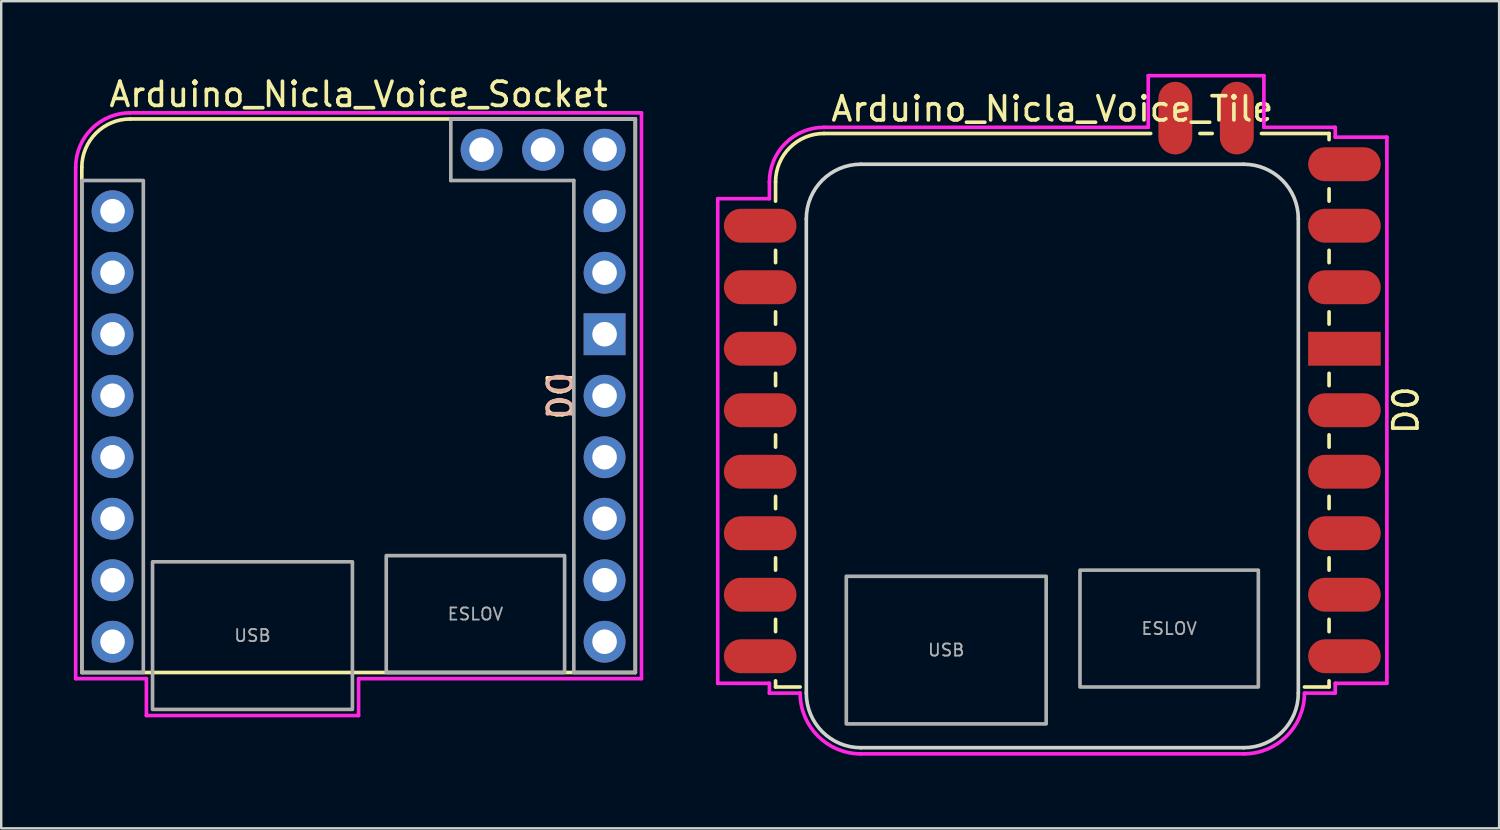
<source format=kicad_pcb>
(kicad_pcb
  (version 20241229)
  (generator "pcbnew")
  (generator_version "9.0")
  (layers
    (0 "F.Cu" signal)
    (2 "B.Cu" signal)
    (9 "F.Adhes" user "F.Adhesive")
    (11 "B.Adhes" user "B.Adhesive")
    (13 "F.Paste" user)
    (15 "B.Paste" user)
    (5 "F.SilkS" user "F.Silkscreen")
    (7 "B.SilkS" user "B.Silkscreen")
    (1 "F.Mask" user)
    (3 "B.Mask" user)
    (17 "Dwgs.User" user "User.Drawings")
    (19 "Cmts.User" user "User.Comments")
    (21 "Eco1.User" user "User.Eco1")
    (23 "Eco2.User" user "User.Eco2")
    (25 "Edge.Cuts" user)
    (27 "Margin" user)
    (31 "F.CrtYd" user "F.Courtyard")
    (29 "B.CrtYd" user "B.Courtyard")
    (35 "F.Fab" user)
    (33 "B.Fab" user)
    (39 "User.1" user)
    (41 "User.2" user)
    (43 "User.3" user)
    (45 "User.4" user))
  (footprint "Arduino_Nicla_Voice_Socket"
    (layer "F.Cu")
    (at 0.329 1.864)
    (property "Reference" "Arduino_Nicla_Voice_Socket" (at 11.43 -1.016 0) (unlocked yes) (layer "F.SilkS") (effects (font (size 1 1) (thickness 0.15))))
    (attr through_hole)
    (fp_line (start 0 22.86) (end 0 2) (stroke (width 0.15) (type solid)) (layer "F.SilkS"))
    (fp_line (start 0 22.86) (end 22.86 22.86) (stroke (width 0.15) (type solid)) (layer "F.SilkS"))
    (fp_line (start 2 0) (end 22.86 0) (stroke (width 0.15) (type solid)) (layer "F.SilkS"))
    (fp_line (start 22.86 0) (end 22.86 22.86) (stroke (width 0.15) (type solid)) (layer "F.SilkS"))
    (fp_arc (start 0 2) (mid 0.585786 0.585786) (end 2 0) (stroke (width 0.15) (type solid)) (layer "F.SilkS"))
    (fp_line (start -0.254 2) (end -0.254 23.114) (stroke (width 0.15) (type solid)) (layer "F.CrtYd"))
    (fp_line (start -0.254 23.114) (end 2.667 23.114) (stroke (width 0.15) (type solid)) (layer "F.CrtYd"))
    (fp_line (start 2.667 23.114) (end 2.667 24.638) (stroke (width 0.15) (type solid)) (layer "F.CrtYd"))
    (fp_line (start 2.667 24.638) (end 11.43 24.638) (stroke (width 0.15) (type solid)) (layer "F.CrtYd"))
    (fp_line (start 11.43 23.114) (end 11.43 24.638) (stroke (width 0.15) (type solid)) (layer "F.CrtYd"))
    (fp_line (start 11.43 23.114) (end 23.114 23.114) (stroke (width 0.15) (type solid)) (layer "F.CrtYd"))
    (fp_line (start 23.114 -0.254) (end 2 -0.254) (stroke (width 0.15) (type solid)) (layer "F.CrtYd"))
    (fp_line (start 23.114 -0.254) (end 23.114 23.114) (stroke (width 0.15) (type solid)) (layer "F.CrtYd"))
    (fp_arc (start -0.254 2) (mid 0.406181 0.406181) (end 2 -0.254) (stroke (width 0.15) (type solid)) (layer "F.CrtYd"))
    (fp_line (start 15.24 0) (end 15.24 2.54) (stroke (width 0.15) (type solid)) (layer "F.Fab"))
    (fp_line (start 15.24 2.54) (end 20.32 2.54) (stroke (width 0.15) (type solid)) (layer "F.Fab"))
    (fp_line (start 20.32 2.54) (end 20.32 22.86) (stroke (width 0.15) (type solid)) (layer "F.Fab"))
    (fp_line (start 20.32 22.86) (end 22.86 22.86) (stroke (width 0.15) (type solid)) (layer "F.Fab"))
    (fp_line (start 22.86 0) (end 15.24 0) (stroke (width 0.15) (type solid)) (layer "F.Fab"))
    (fp_line (start 22.86 22.86) (end 22.86 0) (stroke (width 0.15) (type solid)) (layer "F.Fab"))
    (fp_rect (start 0 2.54) (end 2.54 22.86) (stroke (width 0.15) (type solid)) (fill no) (layer "F.Fab"))
    (fp_rect (start 2.921 18.288) (end 11.176 24.385) (stroke (width 0.15) (type solid)) (fill no) (layer "F.Fab"))
    (fp_rect (start 12.573 18.034) (end 19.939 22.86) (stroke (width 0.15) (type solid)) (fill no) (layer "F.Fab"))
    (fp_text user "D0" (at 19.685 11.43 270) (unlocked yes) (layer "F.SilkS") (effects (font (size 1 1) (thickness 0.15))))
    (fp_text user "D0" (at 19.685 11.43 270) (unlocked yes) (layer "B.SilkS") (effects (font (size 1 1) (thickness 0.15)) (justify mirror)))
    (fp_text user "ESLOV" (at 16.256 20.447 0) (layer "F.Fab") (effects (font (size 0.5 0.5) (thickness 0.075))))
    (fp_text user "USB" (at 7.048 21.336 0) (layer "F.Fab") (effects (font (size 0.5 0.5) (thickness 0.075))))
    (pad "" thru_hole circle (at 1.27 19.05) (size 1.727 1.727) (drill 1.016) (layers "*.Cu" "*.Mask"))
    (pad "" thru_hole circle (at 21.59 3.81) (size 1.727 1.727) (drill 1.016) (layers "*.Cu" "*.Mask"))
    (pad "A0" thru_hole circle (at 1.27 3.81) (size 1.727 1.727) (drill 1.016) (layers "*.Cu" "*.Mask"))
    (pad "A1" thru_hole circle (at 1.27 6.35) (size 1.727 1.727) (drill 1.016) (layers "*.Cu" "*.Mask"))
    (pad "D0" thru_hole circle (at 21.59 11.43) (size 1.727 1.727) (drill 1.016) (layers "*.Cu" "*.Mask"))
    (pad "D1" thru_hole circle (at 21.59 13.97) (size 1.727 1.727) (drill 1.016) (layers "*.Cu" "*.Mask"))
    (pad "D2" thru_hole circle (at 21.59 16.51) (size 1.727 1.727) (drill 1.016) (layers "*.Cu" "*.Mask"))
    (pad "D3" thru_hole circle (at 21.59 19.05) (size 1.727 1.727) (drill 1.016) (layers "*.Cu" "*.Mask"))
    (pad "D4" thru_hole circle (at 21.59 21.59) (size 1.727 1.727) (drill 1.016) (layers "*.Cu" "*.Mask"))
    (pad "D5" thru_hole circle (at 1.27 21.59) (size 1.727 1.727) (drill 1.016) (layers "*.Cu" "*.Mask"))
    (pad "D6" thru_hole circle (at 1.27 16.51) (size 1.727 1.727) (drill 1.016) (layers "*.Cu" "*.Mask"))
    (pad "D7" thru_hole circle (at 1.27 11.43) (size 1.727 1.727) (drill 1.016) (layers "*.Cu" "*.Mask"))
    (pad "D8" thru_hole circle (at 1.27 13.97) (size 1.727 1.727) (drill 1.016) (layers "*.Cu" "*.Mask"))
    (pad "D9" thru_hole circle (at 1.27 8.89) (size 1.727 1.727) (drill 1.016) (layers "*.Cu" "*.Mask"))
    (pad "GND" thru_hole rect (at 21.59 8.89) (size 1.727 1.727) (drill 1.016) (layers "*.Cu" "*.Mask"))
    (pad "NTC" thru_hole circle (at 19.05 1.27) (size 1.727 1.727) (drill 1.016) (layers "*.Cu" "*.Mask"))
    (pad "VBAT" thru_hole circle (at 16.51 1.27) (size 1.727 1.727) (drill 1.016) (layers "*.Cu" "*.Mask"))
    (pad "VDIO" thru_hole circle (at 21.59 6.35) (size 1.727 1.727) (drill 1.016) (layers "*.Cu" "*.Mask"))
    (pad "VIN" thru_hole circle (at 21.59 1.27) (size 1.727 1.727) (drill 1.016) (layers "*.Cu" "*.Mask")))
  (footprint "Arduino_Nicla_Voice_Tile"
    (layer "F.Cu")
    (at 28.981 2.463)
    (property "Reference" "Arduino_Nicla_Voice_Tile" (at 11.43 -1.016 0) (unlocked yes) (layer "F.SilkS") (effects (font (size 1 1) (thickness 0.15))))
    (attr smd)
    (fp_line (start 0 2) (end 0 2.794) (stroke (width 0.15) (type solid)) (layer "F.SilkS"))
    (fp_line (start 0 4.826) (end 0 5.334) (stroke (width 0.15) (type solid)) (layer "F.SilkS"))
    (fp_line (start 0 7.366) (end 0 7.874) (stroke (width 0.15) (type solid)) (layer "F.SilkS"))
    (fp_line (start 0 9.906) (end 0 10.414) (stroke (width 0.15) (type solid)) (layer "F.SilkS"))
    (fp_line (start 0 12.446) (end 0 12.954) (stroke (width 0.15) (type solid)) (layer "F.SilkS"))
    (fp_line (start 0 14.986) (end 0 15.494) (stroke (width 0.15) (type solid)) (layer "F.SilkS"))
    (fp_line (start 0 17.526) (end 0 18.034) (stroke (width 0.15) (type solid)) (layer "F.SilkS"))
    (fp_line (start 0 20.066) (end 0 20.574) (stroke (width 0.15) (type solid)) (layer "F.SilkS"))
    (fp_line (start 0 22.606) (end 0 22.86) (stroke (width 0.15) (type solid)) (layer "F.SilkS"))
    (fp_line (start 0 22.86) (end 1.016 22.86) (stroke (width 0.15) (type solid)) (layer "F.SilkS"))
    (fp_line (start 2 0) (end 15.494 0) (stroke (width 0.15) (type solid)) (layer "F.SilkS"))
    (fp_line (start 17.526 0) (end 18.034 0) (stroke (width 0.15) (type solid)) (layer "F.SilkS"))
    (fp_line (start 20.066 0) (end 22.86 0) (stroke (width 0.15) (type solid)) (layer "F.SilkS"))
    (fp_line (start 21.844 22.86) (end 22.86 22.86) (stroke (width 0.15) (type solid)) (layer "F.SilkS"))
    (fp_line (start 22.86 0) (end 22.86 0.254) (stroke (width 0.15) (type solid)) (layer "F.SilkS"))
    (fp_line (start 22.86 2.286) (end 22.86 2.794) (stroke (width 0.15) (type solid)) (layer "F.SilkS"))
    (fp_line (start 22.86 4.826) (end 22.86 5.334) (stroke (width 0.15) (type solid)) (layer "F.SilkS"))
    (fp_line (start 22.86 7.366) (end 22.86 7.874) (stroke (width 0.15) (type solid)) (layer "F.SilkS"))
    (fp_line (start 22.86 9.906) (end 22.86 10.414) (stroke (width 0.15) (type solid)) (layer "F.SilkS"))
    (fp_line (start 22.86 12.446) (end 22.86 12.954) (stroke (width 0.15) (type solid)) (layer "F.SilkS"))
    (fp_line (start 22.86 14.986) (end 22.86 15.494) (stroke (width 0.15) (type solid)) (layer "F.SilkS"))
    (fp_line (start 22.86 17.526) (end 22.86 18.034) (stroke (width 0.15) (type solid)) (layer "F.SilkS"))
    (fp_line (start 22.86 20.066) (end 22.86 20.574) (stroke (width 0.15) (type solid)) (layer "F.SilkS"))
    (fp_line (start 22.86 22.606) (end 22.86 22.86) (stroke (width 0.15) (type solid)) (layer "F.SilkS"))
    (fp_arc (start 0 2) (mid 0.585786 0.585786) (end 2 0) (stroke (width 0.15) (type solid)) (layer "F.SilkS"))
    (fp_line (start 1.27 23.114) (end 1.27 3.524) (stroke (width 0.15) (type solid)) (layer "Edge.Cuts"))
    (fp_line (start 3.524 1.27) (end 19.336 1.27) (stroke (width 0.15) (type solid)) (layer "Edge.Cuts"))
    (fp_line (start 3.524 25.368) (end 19.336 25.368) (stroke (width 0.15) (type solid)) (layer "Edge.Cuts"))
    (fp_line (start 21.59 3.524) (end 21.59 23.114) (stroke (width 0.15) (type solid)) (layer "Edge.Cuts"))
    (fp_arc (start 1.27 3.524) (mid 1.930181 1.930181) (end 3.524 1.27) (stroke (width 0.15) (type solid)) (layer "Edge.Cuts"))
    (fp_arc (start 3.524 25.368) (mid 1.930181 24.707819) (end 1.27 23.114) (stroke (width 0.15) (type solid)) (layer "Edge.Cuts"))
    (fp_arc (start 19.336 1.27) (mid 20.929819 1.930181) (end 21.59 3.524) (stroke (width 0.15) (type solid)) (layer "Edge.Cuts"))
    (fp_arc (start 21.59 23.114) (mid 20.929819 24.707819) (end 19.336 25.368) (stroke (width 0.15) (type solid)) (layer "Edge.Cuts"))
    (fp_line (start -2.388 2.692) (end -2.388 22.708) (stroke (width 0.15) (type solid)) (layer "F.CrtYd"))
    (fp_line (start -2.388 2.692) (end -0.254 2.692) (stroke (width 0.15) (type solid)) (layer "F.CrtYd"))
    (fp_line (start -2.388 22.708) (end -0.254 22.708) (stroke (width 0.15) (type solid)) (layer "F.CrtYd"))
    (fp_line (start -0.254 2.692) (end -0.254 2) (stroke (width 0.15) (type solid)) (layer "F.CrtYd"))
    (fp_line (start -0.254 22.708) (end -0.254 23.114) (stroke (width 0.15) (type solid)) (layer "F.CrtYd"))
    (fp_line (start -0.254 23.114) (end 1.016 23.114) (stroke (width 0.15) (type solid)) (layer "F.CrtYd"))
    (fp_line (start 3.524 25.622) (end 19.336 25.622) (stroke (width 0.15) (type solid)) (layer "F.CrtYd"))
    (fp_line (start 15.392 -2.388) (end 20.168 -2.388) (stroke (width 0.15) (type solid)) (layer "F.CrtYd"))
    (fp_line (start 15.392 -0.254) (end 2 -0.254) (stroke (width 0.15) (type solid)) (layer "F.CrtYd"))
    (fp_line (start 15.392 -0.254) (end 15.392 -2.388) (stroke (width 0.15) (type solid)) (layer "F.CrtYd"))
    (fp_line (start 20.168 -2.388) (end 20.168 -0.254) (stroke (width 0.15) (type solid)) (layer "F.CrtYd"))
    (fp_line (start 21.844 23.114) (end 23.114 23.114) (stroke (width 0.15) (type solid)) (layer "F.CrtYd"))
    (fp_line (start 23.114 -0.254) (end 20.168 -0.254) (stroke (width 0.15) (type solid)) (layer "F.CrtYd"))
    (fp_line (start 23.114 -0.254) (end 23.114 0.152) (stroke (width 0.15) (type solid)) (layer "F.CrtYd"))
    (fp_line (start 23.114 22.708) (end 23.114 23.114) (stroke (width 0.15) (type solid)) (layer "F.CrtYd"))
    (fp_line (start 25.248 0.152) (end 23.114 0.152) (stroke (width 0.15) (type solid)) (layer "F.CrtYd"))
    (fp_line (start 25.248 0.152) (end 25.248 22.708) (stroke (width 0.15) (type solid)) (layer "F.CrtYd"))
    (fp_line (start 25.248 22.708) (end 23.114 22.708) (stroke (width 0.15) (type solid)) (layer "F.CrtYd"))
    (fp_arc (start -0.254 2) (mid 0.406181 0.406181) (end 2 -0.254) (stroke (width 0.15) (type solid)) (layer "F.CrtYd"))
    (fp_arc (start 3.524 25.622) (mid 1.750576 24.887424) (end 1.016 23.114) (stroke (width 0.15) (type solid)) (layer "F.CrtYd"))
    (fp_arc (start 21.844 23.114) (mid 21.109424 24.887424) (end 19.336 25.622) (stroke (width 0.15) (type solid)) (layer "F.CrtYd"))
    (fp_rect (start 2.921 18.288) (end 11.176 24.385) (stroke (width 0.15) (type solid)) (fill no) (layer "F.Fab"))
    (fp_rect (start 12.573 18.034) (end 19.939 22.86) (stroke (width 0.15) (type solid)) (fill no) (layer "F.Fab"))
    (fp_text user "D0" (at 26.035 11.43 90) (unlocked yes) (layer "F.SilkS") (effects (font (size 1 1) (thickness 0.15))))
    (fp_text user "USB" (at 7.048 21.336 0) (layer "F.Fab") (effects (font (size 0.5 0.5) (thickness 0.075))))
    (fp_text user "ESLOV" (at 16.256 20.447 0) (layer "F.Fab") (effects (font (size 0.5 0.5) (thickness 0.075))))
    (pad "" smd oval (at -0.635 19.05) (size 2.997 1.4) (layers "F.Cu" "F.Mask" "F.Paste"))
    (pad "" smd oval (at 23.495 3.81) (size 2.997 1.4) (layers "F.Cu" "F.Mask" "F.Paste"))
    (pad "A0" smd oval (at -0.635 3.81) (size 2.997 1.4) (layers "F.Cu" "F.Mask" "F.Paste"))
    (pad "A1" smd oval (at -0.635 6.35) (size 2.997 1.4) (layers "F.Cu" "F.Mask" "F.Paste"))
    (pad "D0" smd oval (at 23.495 11.43) (size 2.997 1.4) (layers "F.Cu" "F.Mask" "F.Paste"))
    (pad "D1" smd oval (at 23.495 13.97) (size 2.997 1.4) (layers "F.Cu" "F.Mask" "F.Paste"))
    (pad "D2" smd oval (at 23.495 16.51) (size 2.997 1.4) (layers "F.Cu" "F.Mask" "F.Paste"))
    (pad "D3" smd oval (at 23.495 19.05) (size 2.997 1.4) (layers "F.Cu" "F.Mask" "F.Paste"))
    (pad "D4" smd oval (at 23.495 21.59) (size 2.997 1.4) (layers "F.Cu" "F.Mask" "F.Paste"))
    (pad "D5" smd oval (at -0.635 21.59) (size 2.997 1.4) (layers "F.Cu" "F.Mask" "F.Paste"))
    (pad "D6" smd oval (at -0.635 16.51) (size 2.997 1.4) (layers "F.Cu" "F.Mask" "F.Paste"))
    (pad "D7" smd oval (at -0.635 11.43) (size 2.997 1.4) (layers "F.Cu" "F.Mask" "F.Paste"))
    (pad "D8" smd oval (at -0.635 13.97) (size 2.997 1.4) (layers "F.Cu" "F.Mask" "F.Paste"))
    (pad "D9" smd oval (at -0.635 8.89) (size 2.997 1.4) (layers "F.Cu" "F.Mask" "F.Paste"))
    (pad "GND" smd rect (at 23.495 8.89) (size 2.997 1.4) (layers "F.Cu" "F.Mask" "F.Paste"))
    (pad "NTC" smd oval (at 19.05 -0.635 90) (size 2.997 1.4) (layers "F.Cu" "F.Mask" "F.Paste"))
    (pad "VBAT" smd oval (at 16.51 -0.635 90) (size 2.997 1.4) (layers "F.Cu" "F.Mask" "F.Paste"))
    (pad "VDIO" smd oval (at 23.495 6.35) (size 2.997 1.4) (layers "F.Cu" "F.Mask" "F.Paste"))
    (pad "VIN" smd oval (at 23.495 1.27) (size 2.997 1.4) (layers "F.Cu" "F.Mask" "F.Paste")))
  (gr_rect
    (start -3 -3)
    (end 58.864 31.16)
    (stroke (width 0.1) (type default))
    (fill no)
    (layer "Edge.Cuts")))
</source>
